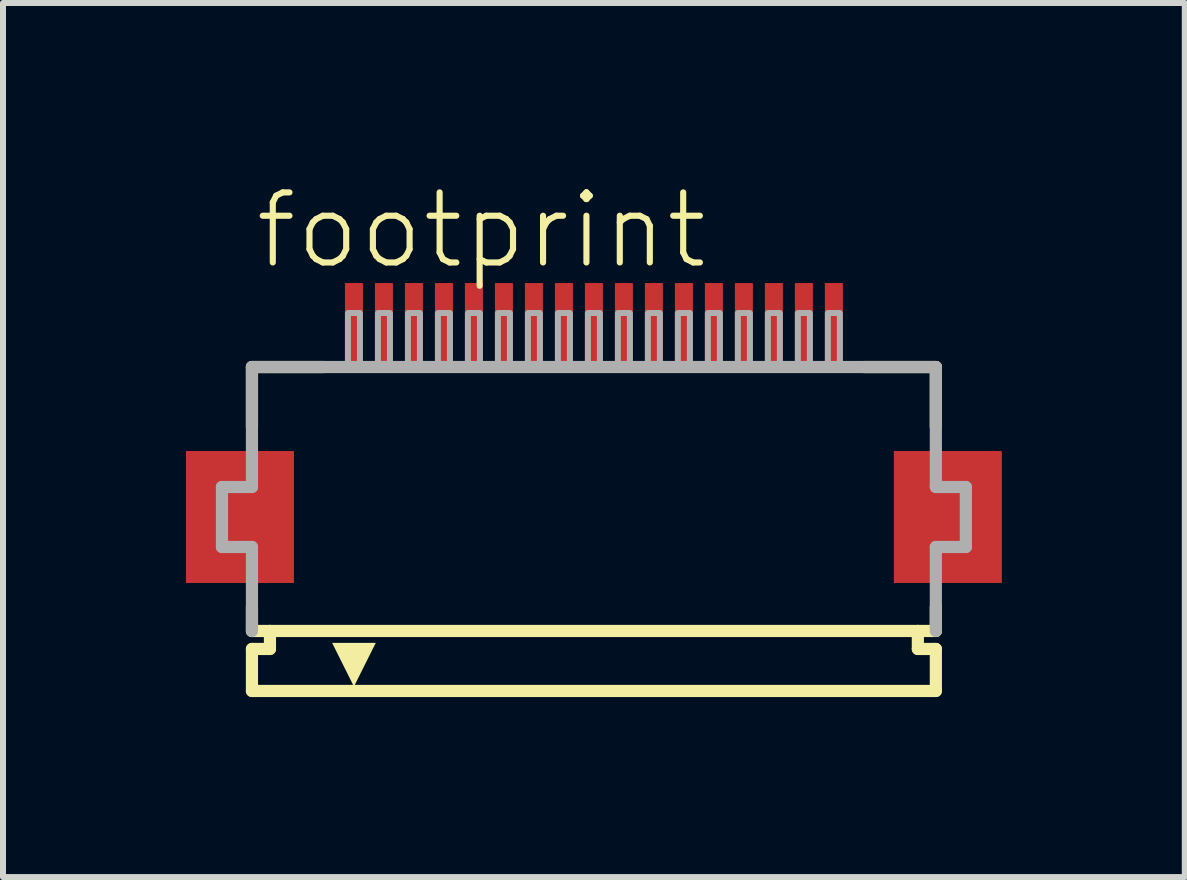
<source format=kicad_pcb>
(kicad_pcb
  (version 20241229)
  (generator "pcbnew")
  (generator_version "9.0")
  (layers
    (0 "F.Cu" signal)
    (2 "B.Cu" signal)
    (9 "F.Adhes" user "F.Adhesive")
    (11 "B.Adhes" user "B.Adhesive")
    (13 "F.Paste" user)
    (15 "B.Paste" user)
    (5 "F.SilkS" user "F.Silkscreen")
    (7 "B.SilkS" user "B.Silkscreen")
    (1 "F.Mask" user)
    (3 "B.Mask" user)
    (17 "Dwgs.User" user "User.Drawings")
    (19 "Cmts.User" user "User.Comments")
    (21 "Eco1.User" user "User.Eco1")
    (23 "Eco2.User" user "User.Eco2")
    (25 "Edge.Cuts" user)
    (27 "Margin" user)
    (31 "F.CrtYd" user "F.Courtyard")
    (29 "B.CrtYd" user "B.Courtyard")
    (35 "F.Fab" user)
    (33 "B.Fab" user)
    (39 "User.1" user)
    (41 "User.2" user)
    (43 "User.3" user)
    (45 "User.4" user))
  (footprint "footprint"
    (layer "F.Cu")
    (at 6.85 5.568)
    (property "Reference" "footprint" (at -5.698 -4.095 0) (layer "F.SilkS") (effects (font (size 1.168 1.168) (thickness 0.102)) (justify left bottom)))
    (fp_poly (pts (xy -5 -1.1) (xy -6.8 -1.1) (xy -6.8 1.1) (xy -5 1.1)) (stroke (width 0) (type solid)) (fill yes) (layer "F.Cu"))
    (fp_poly (pts (xy 6.8 -1.1) (xy 5 -1.1) (xy 5 1.1) (xy 6.8 1.1)) (stroke (width 0) (type solid)) (fill yes) (layer "F.Cu"))
    (fp_poly (pts (xy -4.95 -1.175) (xy -6.85 -1.175) (xy -6.85 1.175) (xy -4.95 1.175)) (stroke (width 0) (type solid)) (fill yes) (layer "F.Mask"))
    (fp_poly (pts (xy -4.2 -2.55) (xy -3.8 -2.55) (xy -3.8 -3.95) (xy -4.2 -3.95)) (stroke (width 0) (type solid)) (fill yes) (layer "F.Mask"))
    (fp_poly (pts (xy -3.7 -2.55) (xy -3.3 -2.55) (xy -3.3 -3.95) (xy -3.7 -3.95)) (stroke (width 0) (type solid)) (fill yes) (layer "F.Mask"))
    (fp_poly (pts (xy -3.2 -2.55) (xy -2.8 -2.55) (xy -2.8 -3.95) (xy -3.2 -3.95)) (stroke (width 0) (type solid)) (fill yes) (layer "F.Mask"))
    (fp_poly (pts (xy -2.7 -2.55) (xy -2.3 -2.55) (xy -2.3 -3.95) (xy -2.7 -3.95)) (stroke (width 0) (type solid)) (fill yes) (layer "F.Mask"))
    (fp_poly (pts (xy -2.2 -2.55) (xy -1.8 -2.55) (xy -1.8 -3.95) (xy -2.2 -3.95)) (stroke (width 0) (type solid)) (fill yes) (layer "F.Mask"))
    (fp_poly (pts (xy -1.7 -2.55) (xy -1.3 -2.55) (xy -1.3 -3.95) (xy -1.7 -3.95)) (stroke (width 0) (type solid)) (fill yes) (layer "F.Mask"))
    (fp_poly (pts (xy -1.2 -2.55) (xy -0.8 -2.55) (xy -0.8 -3.95) (xy -1.2 -3.95)) (stroke (width 0) (type solid)) (fill yes) (layer "F.Mask"))
    (fp_poly (pts (xy -0.7 -2.55) (xy -0.3 -2.55) (xy -0.3 -3.95) (xy -0.7 -3.95)) (stroke (width 0) (type solid)) (fill yes) (layer "F.Mask"))
    (fp_poly (pts (xy -0.2 -2.55) (xy 0.2 -2.55) (xy 0.2 -3.95) (xy -0.2 -3.95)) (stroke (width 0) (type solid)) (fill yes) (layer "F.Mask"))
    (fp_poly (pts (xy 0.3 -2.55) (xy 0.7 -2.55) (xy 0.7 -3.95) (xy 0.3 -3.95)) (stroke (width 0) (type solid)) (fill yes) (layer "F.Mask"))
    (fp_poly (pts (xy 0.8 -2.55) (xy 1.2 -2.55) (xy 1.2 -3.95) (xy 0.8 -3.95)) (stroke (width 0) (type solid)) (fill yes) (layer "F.Mask"))
    (fp_poly (pts (xy 1.3 -2.55) (xy 1.7 -2.55) (xy 1.7 -3.95) (xy 1.3 -3.95)) (stroke (width 0) (type solid)) (fill yes) (layer "F.Mask"))
    (fp_poly (pts (xy 1.8 -2.55) (xy 2.2 -2.55) (xy 2.2 -3.95) (xy 1.8 -3.95)) (stroke (width 0) (type solid)) (fill yes) (layer "F.Mask"))
    (fp_poly (pts (xy 2.3 -2.55) (xy 2.7 -2.55) (xy 2.7 -3.95) (xy 2.3 -3.95)) (stroke (width 0) (type solid)) (fill yes) (layer "F.Mask"))
    (fp_poly (pts (xy 2.8 -2.55) (xy 3.2 -2.55) (xy 3.2 -3.95) (xy 2.8 -3.95)) (stroke (width 0) (type solid)) (fill yes) (layer "F.Mask"))
    (fp_poly (pts (xy 3.3 -2.55) (xy 3.7 -2.55) (xy 3.7 -3.95) (xy 3.3 -3.95)) (stroke (width 0) (type solid)) (fill yes) (layer "F.Mask"))
    (fp_poly (pts (xy 3.8 -2.55) (xy 4.2 -2.55) (xy 4.2 -3.95) (xy 3.8 -3.95)) (stroke (width 0) (type solid)) (fill yes) (layer "F.Mask"))
    (fp_poly (pts (xy 6.85 -1.175) (xy 4.95 -1.175) (xy 4.95 1.175) (xy 6.85 1.175)) (stroke (width 0) (type solid)) (fill yes) (layer "F.Mask"))
    (fp_line (start -5.7 -2.5) (end -5.7 -1.5) (stroke (width 0.203) (type solid)) (layer "F.SilkS"))
    (fp_line (start -5.7 1.5) (end -5.7 1.9) (stroke (width 0.203) (type solid)) (layer "F.SilkS"))
    (fp_line (start -5.7 1.9) (end -5.4 1.9) (stroke (width 0.203) (type solid)) (layer "F.SilkS"))
    (fp_line (start -5.7 2.2) (end -5.7 2.9) (stroke (width 0.203) (type solid)) (layer "F.SilkS"))
    (fp_line (start -5.4 1.9) (end -5.4 2.2) (stroke (width 0.203) (type solid)) (layer "F.SilkS"))
    (fp_line (start -5.4 2.2) (end -5.7 2.2) (stroke (width 0.203) (type solid)) (layer "F.SilkS"))
    (fp_line (start -4.5 -2.5) (end -5.7 -2.5) (stroke (width 0.203) (type solid)) (layer "F.SilkS"))
    (fp_line (start 5.4 1.9) (end -5.4 1.9) (stroke (width 0.203) (type solid)) (layer "F.SilkS"))
    (fp_line (start 5.4 1.9) (end 5.7 1.9) (stroke (width 0.203) (type solid)) (layer "F.SilkS"))
    (fp_line (start 5.4 2.2) (end 5.4 1.9) (stroke (width 0.203) (type solid)) (layer "F.SilkS"))
    (fp_line (start 5.7 -2.5) (end 4.5 -2.5) (stroke (width 0.203) (type solid)) (layer "F.SilkS"))
    (fp_line (start 5.7 -1.5) (end 5.7 -2.5) (stroke (width 0.203) (type solid)) (layer "F.SilkS"))
    (fp_line (start 5.7 1.9) (end 5.7 1.5) (stroke (width 0.203) (type solid)) (layer "F.SilkS"))
    (fp_line (start 5.7 2.2) (end 5.4 2.2) (stroke (width 0.203) (type solid)) (layer "F.SilkS"))
    (fp_line (start 5.7 2.9) (end -5.7 2.9) (stroke (width 0.203) (type solid)) (layer "F.SilkS"))
    (fp_line (start 5.7 2.9) (end 5.7 2.2) (stroke (width 0.203) (type solid)) (layer "F.SilkS"))
    (fp_poly (pts (xy -4 2.827) (xy -4.364 2.098) (xy -3.636 2.098)) (stroke (width 0) (type solid)) (fill yes) (layer "F.SilkS"))
    (fp_poly (pts (xy -5.075 -1.025) (xy -6.725 -1.025) (xy -6.725 1.025) (xy -5.075 1.025)) (stroke (width 0) (type solid)) (fill yes) (layer "F.Paste"))
    (fp_poly (pts (xy -4.125 -2.625) (xy -3.875 -2.625) (xy -3.875 -3.875) (xy -4.125 -3.875)) (stroke (width 0) (type solid)) (fill yes) (layer "F.Paste"))
    (fp_poly (pts (xy -3.625 -2.625) (xy -3.375 -2.625) (xy -3.375 -3.875) (xy -3.625 -3.875)) (stroke (width 0) (type solid)) (fill yes) (layer "F.Paste"))
    (fp_poly (pts (xy -3.125 -2.625) (xy -2.875 -2.625) (xy -2.875 -3.875) (xy -3.125 -3.875)) (stroke (width 0) (type solid)) (fill yes) (layer "F.Paste"))
    (fp_poly (pts (xy -2.625 -2.625) (xy -2.375 -2.625) (xy -2.375 -3.875) (xy -2.625 -3.875)) (stroke (width 0) (type solid)) (fill yes) (layer "F.Paste"))
    (fp_poly (pts (xy -2.125 -2.625) (xy -1.875 -2.625) (xy -1.875 -3.875) (xy -2.125 -3.875)) (stroke (width 0) (type solid)) (fill yes) (layer "F.Paste"))
    (fp_poly (pts (xy -1.625 -2.625) (xy -1.375 -2.625) (xy -1.375 -3.875) (xy -1.625 -3.875)) (stroke (width 0) (type solid)) (fill yes) (layer "F.Paste"))
    (fp_poly (pts (xy -1.125 -2.625) (xy -0.875 -2.625) (xy -0.875 -3.875) (xy -1.125 -3.875)) (stroke (width 0) (type solid)) (fill yes) (layer "F.Paste"))
    (fp_poly (pts (xy -0.625 -2.625) (xy -0.375 -2.625) (xy -0.375 -3.875) (xy -0.625 -3.875)) (stroke (width 0) (type solid)) (fill yes) (layer "F.Paste"))
    (fp_poly (pts (xy -0.125 -2.625) (xy 0.125 -2.625) (xy 0.125 -3.875) (xy -0.125 -3.875)) (stroke (width 0) (type solid)) (fill yes) (layer "F.Paste"))
    (fp_poly (pts (xy 0.375 -2.625) (xy 0.625 -2.625) (xy 0.625 -3.875) (xy 0.375 -3.875)) (stroke (width 0) (type solid)) (fill yes) (layer "F.Paste"))
    (fp_poly (pts (xy 0.875 -2.625) (xy 1.125 -2.625) (xy 1.125 -3.875) (xy 0.875 -3.875)) (stroke (width 0) (type solid)) (fill yes) (layer "F.Paste"))
    (fp_poly (pts (xy 1.375 -2.625) (xy 1.625 -2.625) (xy 1.625 -3.875) (xy 1.375 -3.875)) (stroke (width 0) (type solid)) (fill yes) (layer "F.Paste"))
    (fp_poly (pts (xy 1.875 -2.625) (xy 2.125 -2.625) (xy 2.125 -3.875) (xy 1.875 -3.875)) (stroke (width 0) (type solid)) (fill yes) (layer "F.Paste"))
    (fp_poly (pts (xy 2.375 -2.625) (xy 2.625 -2.625) (xy 2.625 -3.875) (xy 2.375 -3.875)) (stroke (width 0) (type solid)) (fill yes) (layer "F.Paste"))
    (fp_poly (pts (xy 2.875 -2.625) (xy 3.125 -2.625) (xy 3.125 -3.875) (xy 2.875 -3.875)) (stroke (width 0) (type solid)) (fill yes) (layer "F.Paste"))
    (fp_poly (pts (xy 3.375 -2.625) (xy 3.625 -2.625) (xy 3.625 -3.875) (xy 3.375 -3.875)) (stroke (width 0) (type solid)) (fill yes) (layer "F.Paste"))
    (fp_poly (pts (xy 3.875 -2.625) (xy 4.125 -2.625) (xy 4.125 -3.875) (xy 3.875 -3.875)) (stroke (width 0) (type solid)) (fill yes) (layer "F.Paste"))
    (fp_poly (pts (xy 6.725 -1.025) (xy 5.075 -1.025) (xy 5.075 1.025) (xy 6.725 1.025)) (stroke (width 0) (type solid)) (fill yes) (layer "F.Paste"))
    (fp_line (start -6.2 -0.5) (end -6.2 0.5) (stroke (width 0.203) (type solid)) (layer "F.Fab"))
    (fp_line (start -6.2 0.5) (end -5.7 0.5) (stroke (width 0.203) (type solid)) (layer "F.Fab"))
    (fp_line (start -5.7 -2.5) (end -5.7 -0.5) (stroke (width 0.203) (type solid)) (layer "F.Fab"))
    (fp_line (start -5.7 -0.5) (end -6.2 -0.5) (stroke (width 0.203) (type solid)) (layer "F.Fab"))
    (fp_line (start -5.7 0.5) (end -5.7 1.9) (stroke (width 0.203) (type solid)) (layer "F.Fab"))
    (fp_line (start 5.7 -2.5) (end -5.7 -2.5) (stroke (width 0.203) (type solid)) (layer "F.Fab"))
    (fp_line (start 5.7 -0.5) (end 5.7 -2.5) (stroke (width 0.203) (type solid)) (layer "F.Fab"))
    (fp_line (start 5.7 0.5) (end 6.2 0.5) (stroke (width 0.203) (type solid)) (layer "F.Fab"))
    (fp_line (start 5.7 1.9) (end 5.7 0.5) (stroke (width 0.203) (type solid)) (layer "F.Fab"))
    (fp_line (start 6.2 -0.5) (end 5.7 -0.5) (stroke (width 0.203) (type solid)) (layer "F.Fab"))
    (fp_line (start 6.2 0.5) (end 6.2 -0.5) (stroke (width 0.203) (type solid)) (layer "F.Fab"))
    (fp_poly (pts (xy -4.1 -2.55) (xy -3.9 -2.55) (xy -3.9 -3.4) (xy -4.1 -3.4)) (stroke (width 0.1) (type solid)) (fill no) (layer "F.Fab"))
    (fp_poly (pts (xy -3.6 -2.55) (xy -3.4 -2.55) (xy -3.4 -3.4) (xy -3.6 -3.4)) (stroke (width 0.1) (type solid)) (fill no) (layer "F.Fab"))
    (fp_poly (pts (xy -3.1 -2.55) (xy -2.9 -2.55) (xy -2.9 -3.4) (xy -3.1 -3.4)) (stroke (width 0.1) (type solid)) (fill no) (layer "F.Fab"))
    (fp_poly (pts (xy -2.6 -2.55) (xy -2.4 -2.55) (xy -2.4 -3.4) (xy -2.6 -3.4)) (stroke (width 0.1) (type solid)) (fill no) (layer "F.Fab"))
    (fp_poly (pts (xy -2.1 -2.55) (xy -1.9 -2.55) (xy -1.9 -3.4) (xy -2.1 -3.4)) (stroke (width 0.1) (type solid)) (fill no) (layer "F.Fab"))
    (fp_poly (pts (xy -1.6 -2.55) (xy -1.4 -2.55) (xy -1.4 -3.4) (xy -1.6 -3.4)) (stroke (width 0.1) (type solid)) (fill no) (layer "F.Fab"))
    (fp_poly (pts (xy -1.1 -2.55) (xy -0.9 -2.55) (xy -0.9 -3.4) (xy -1.1 -3.4)) (stroke (width 0.1) (type solid)) (fill no) (layer "F.Fab"))
    (fp_poly (pts (xy -0.6 -2.55) (xy -0.4 -2.55) (xy -0.4 -3.4) (xy -0.6 -3.4)) (stroke (width 0.1) (type solid)) (fill no) (layer "F.Fab"))
    (fp_poly (pts (xy -0.1 -2.55) (xy 0.1 -2.55) (xy 0.1 -3.4) (xy -0.1 -3.4)) (stroke (width 0.1) (type solid)) (fill no) (layer "F.Fab"))
    (fp_poly (pts (xy 0.4 -2.55) (xy 0.6 -2.55) (xy 0.6 -3.4) (xy 0.4 -3.4)) (stroke (width 0.1) (type solid)) (fill no) (layer "F.Fab"))
    (fp_poly (pts (xy 0.9 -2.55) (xy 1.1 -2.55) (xy 1.1 -3.4) (xy 0.9 -3.4)) (stroke (width 0.1) (type solid)) (fill no) (layer "F.Fab"))
    (fp_poly (pts (xy 1.4 -2.55) (xy 1.6 -2.55) (xy 1.6 -3.4) (xy 1.4 -3.4)) (stroke (width 0.1) (type solid)) (fill no) (layer "F.Fab"))
    (fp_poly (pts (xy 1.9 -2.55) (xy 2.1 -2.55) (xy 2.1 -3.4) (xy 1.9 -3.4)) (stroke (width 0.1) (type solid)) (fill no) (layer "F.Fab"))
    (fp_poly (pts (xy 2.4 -2.55) (xy 2.6 -2.55) (xy 2.6 -3.4) (xy 2.4 -3.4)) (stroke (width 0.1) (type solid)) (fill no) (layer "F.Fab"))
    (fp_poly (pts (xy 2.9 -2.55) (xy 3.1 -2.55) (xy 3.1 -3.4) (xy 2.9 -3.4)) (stroke (width 0.1) (type solid)) (fill no) (layer "F.Fab"))
    (fp_poly (pts (xy 3.4 -2.55) (xy 3.6 -2.55) (xy 3.6 -3.4) (xy 3.4 -3.4)) (stroke (width 0.1) (type solid)) (fill no) (layer "F.Fab"))
    (fp_poly (pts (xy 3.9 -2.55) (xy 4.1 -2.55) (xy 4.1 -3.4) (xy 3.9 -3.4)) (stroke (width 0.1) (type solid)) (fill no) (layer "F.Fab"))
    (pad "1" smd rect (at -4 -3.25) (size 0.3 1.3) (layers "F.Cu"))
    (pad "2" smd rect (at -3.5 -3.25) (size 0.3 1.3) (layers "F.Cu"))
    (pad "3" smd rect (at -3 -3.25) (size 0.3 1.3) (layers "F.Cu"))
    (pad "4" smd rect (at -2.5 -3.25) (size 0.3 1.3) (layers "F.Cu"))
    (pad "5" smd rect (at -2 -3.25) (size 0.3 1.3) (layers "F.Cu"))
    (pad "6" smd rect (at -1.5 -3.25) (size 0.3 1.3) (layers "F.Cu"))
    (pad "7" smd rect (at -1 -3.25) (size 0.3 1.3) (layers "F.Cu"))
    (pad "8" smd rect (at -0.5 -3.25) (size 0.3 1.3) (layers "F.Cu"))
    (pad "9" smd rect (at 0 -3.25) (size 0.3 1.3) (layers "F.Cu"))
    (pad "10" smd rect (at 0.5 -3.25) (size 0.3 1.3) (layers "F.Cu"))
    (pad "11" smd rect (at 1 -3.25) (size 0.3 1.3) (layers "F.Cu"))
    (pad "12" smd rect (at 1.5 -3.25) (size 0.3 1.3) (layers "F.Cu"))
    (pad "13" smd rect (at 2 -3.25) (size 0.3 1.3) (layers "F.Cu"))
    (pad "14" smd rect (at 2.5 -3.25) (size 0.3 1.3) (layers "F.Cu"))
    (pad "15" smd rect (at 3 -3.25) (size 0.3 1.3) (layers "F.Cu"))
    (pad "16" smd rect (at 3.5 -3.25) (size 0.3 1.3) (layers "F.Cu"))
    (pad "17" smd rect (at 4 -3.25) (size 0.3 1.3) (layers "F.Cu")))
  (gr_rect
    (start -3 -3)
    (end 16.7 11.57)
    (stroke (width 0.1) (type default))
    (fill no)
    (layer "Edge.Cuts")))
</source>
